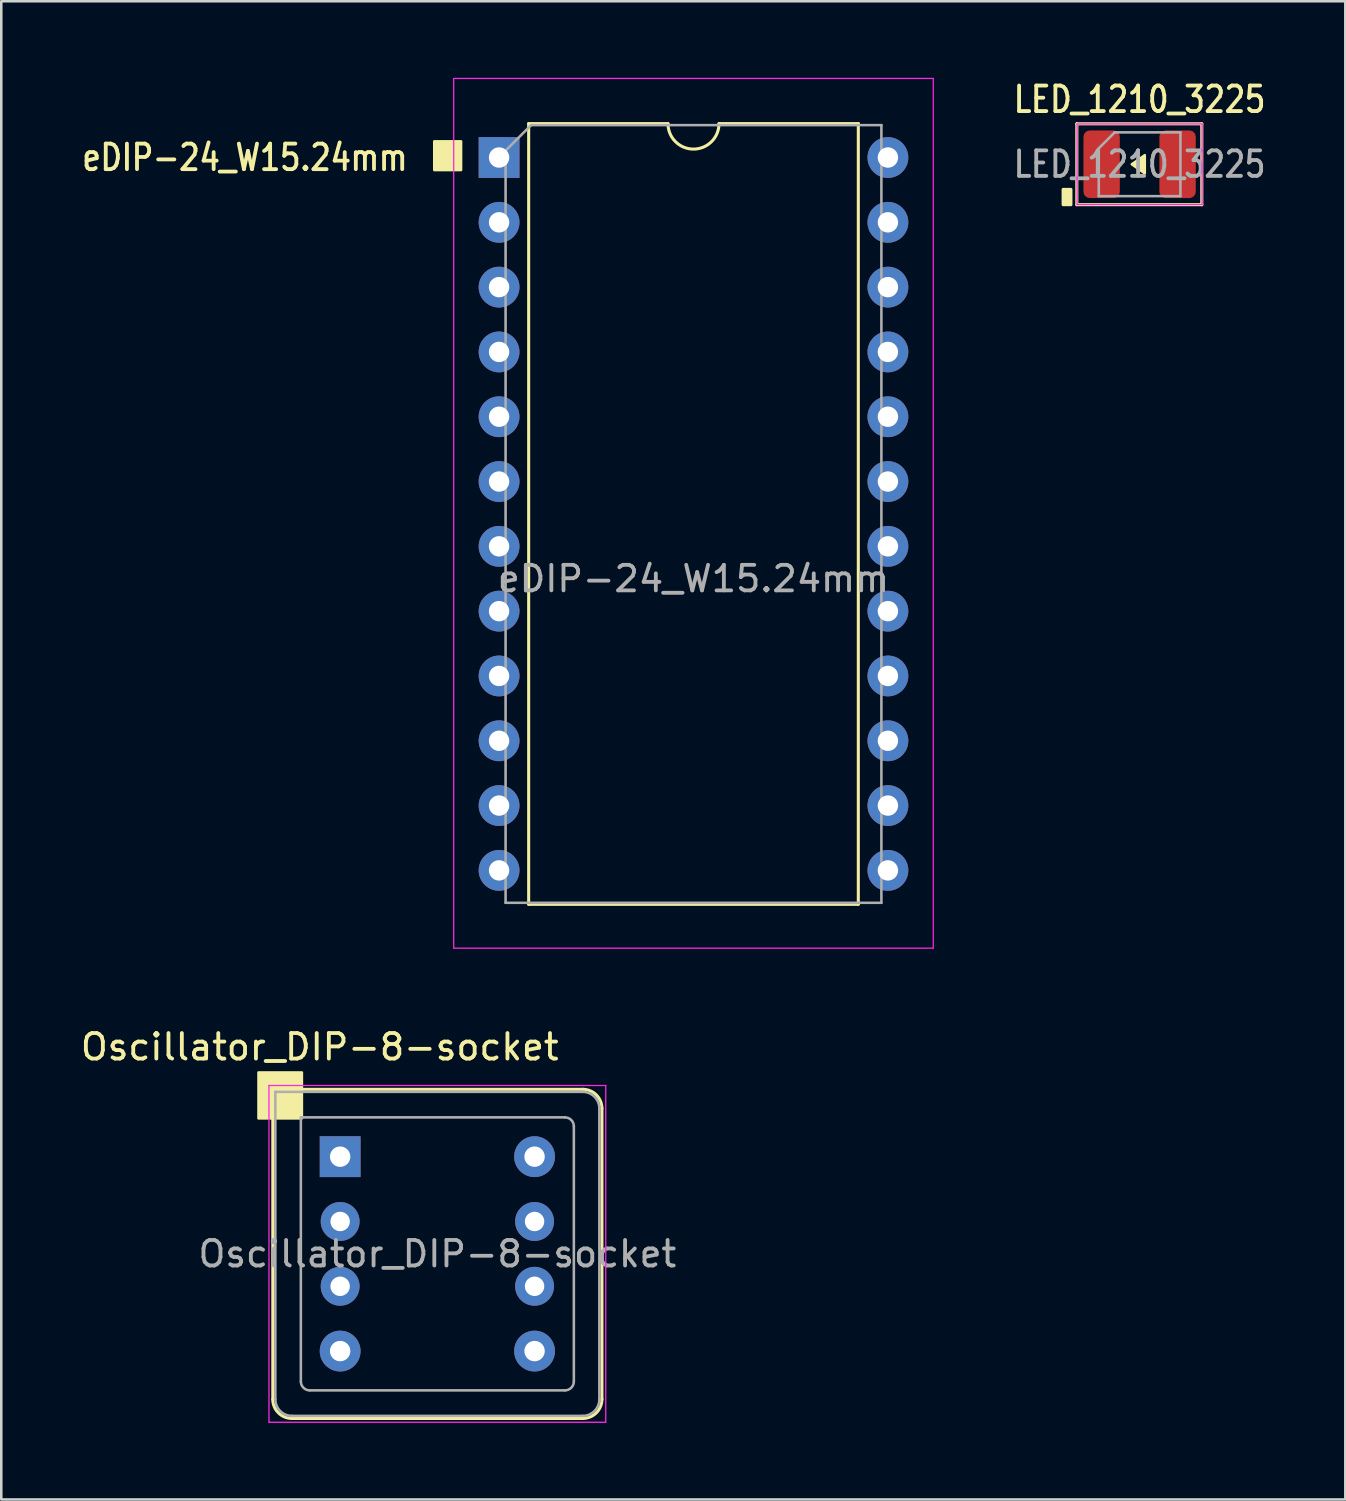
<source format=kicad_pcb>
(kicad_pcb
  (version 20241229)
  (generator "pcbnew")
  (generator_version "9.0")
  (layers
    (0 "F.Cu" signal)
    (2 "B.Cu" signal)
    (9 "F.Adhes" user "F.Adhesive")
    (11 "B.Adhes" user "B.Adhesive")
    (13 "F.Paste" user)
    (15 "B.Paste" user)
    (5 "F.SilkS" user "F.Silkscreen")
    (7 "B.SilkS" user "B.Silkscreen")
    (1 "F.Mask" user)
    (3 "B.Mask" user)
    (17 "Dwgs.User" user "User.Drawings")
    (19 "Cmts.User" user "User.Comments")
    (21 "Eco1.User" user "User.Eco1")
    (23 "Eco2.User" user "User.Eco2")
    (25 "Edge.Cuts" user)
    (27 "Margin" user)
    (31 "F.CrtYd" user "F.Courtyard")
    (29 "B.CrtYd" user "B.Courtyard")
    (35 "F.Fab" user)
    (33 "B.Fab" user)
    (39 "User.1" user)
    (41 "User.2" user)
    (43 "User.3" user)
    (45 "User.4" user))
  (footprint "eDIP-24_W15.24mm"
    (layer "F.Cu")
    (at 16.511 3.124)
    (property "Reference" "eDIP-24_W15.24mm" (at -3.5 0 0) (layer "F.SilkS") (effects (font (size 1 0.83) (thickness 0.15)) (justify right)))
    (attr through_hole)
    (fp_line (start 1.16 -1.33) (end 1.16 29.27) (stroke (width 0.12) (type solid)) (layer "F.SilkS"))
    (fp_line (start 1.16 29.27) (end 14.08 29.27) (stroke (width 0.12) (type solid)) (layer "F.SilkS"))
    (fp_line (start 6.62 -1.33) (end 1.16 -1.33) (stroke (width 0.12) (type solid)) (layer "F.SilkS"))
    (fp_line (start 14.08 -1.33) (end 8.62 -1.33) (stroke (width 0.12) (type solid)) (layer "F.SilkS"))
    (fp_line (start 14.08 29.27) (end 14.08 -1.33) (stroke (width 0.12) (type solid)) (layer "F.SilkS"))
    (fp_arc (start 8.62 -1.33) (mid 7.62 -0.33) (end 6.62 -1.33) (stroke (width 0.12) (type solid)) (layer "F.SilkS"))
    (fp_poly (pts (xy -2.54 -0.635) (xy -2.54 0.49) (xy -1.49 0.49) (xy -1.49 -0.635)) (stroke (width 0.1) (type solid)) (fill yes) (layer "F.SilkS"))
    (fp_line (start -1.778 -3.099) (end -1.778 30.988) (stroke (width 0.05) (type solid)) (layer "F.CrtYd"))
    (fp_line (start -1.778 30.988) (end 17.018 30.988) (stroke (width 0.05) (type solid)) (layer "F.CrtYd"))
    (fp_line (start 17.018 -3.099) (end -1.778 -3.099) (stroke (width 0.05) (type solid)) (layer "F.CrtYd"))
    (fp_line (start 17.018 30.988) (end 17.018 -3.099) (stroke (width 0.05) (type solid)) (layer "F.CrtYd"))
    (fp_line (start 0.255 -0.27) (end 1.255 -1.27) (stroke (width 0.1) (type solid)) (layer "F.Fab"))
    (fp_line (start 0.255 29.21) (end 0.255 -0.27) (stroke (width 0.1) (type solid)) (layer "F.Fab"))
    (fp_line (start 1.255 -1.27) (end 14.985 -1.27) (stroke (width 0.1) (type solid)) (layer "F.Fab"))
    (fp_line (start 14.985 -1.27) (end 14.985 29.21) (stroke (width 0.1) (type solid)) (layer "F.Fab"))
    (fp_line (start 14.985 29.21) (end 0.255 29.21) (stroke (width 0.1) (type solid)) (layer "F.Fab"))
    (fp_text user "${REFERENCE}" (at 7.62 16.51 0) (layer "F.Fab") (effects (font (size 1 1) (thickness 0.15))))
    (pad "1" thru_hole rect (at 0 0) (size 1.6 1.6) (drill 0.8) (layers "*.Cu" "*.Mask"))
    (pad "2" thru_hole oval (at 0 2.54) (size 1.6 1.6) (drill 0.8) (layers "*.Cu" "*.Mask"))
    (pad "3" thru_hole oval (at 0 5.08) (size 1.6 1.6) (drill 0.8) (layers "*.Cu" "*.Mask"))
    (pad "4" thru_hole oval (at 0 7.62) (size 1.6 1.6) (drill 0.8) (layers "*.Cu" "*.Mask"))
    (pad "5" thru_hole oval (at 0 10.16) (size 1.6 1.6) (drill 0.8) (layers "*.Cu" "*.Mask"))
    (pad "6" thru_hole oval (at 0 12.7) (size 1.6 1.6) (drill 0.8) (layers "*.Cu" "*.Mask"))
    (pad "7" thru_hole oval (at 0 15.24) (size 1.6 1.6) (drill 0.8) (layers "*.Cu" "*.Mask"))
    (pad "8" thru_hole oval (at 0 17.78) (size 1.6 1.6) (drill 0.8) (layers "*.Cu" "*.Mask"))
    (pad "9" thru_hole oval (at 0 20.32) (size 1.6 1.6) (drill 0.8) (layers "*.Cu" "*.Mask"))
    (pad "10" thru_hole oval (at 0 22.86) (size 1.6 1.6) (drill 0.8) (layers "*.Cu" "*.Mask"))
    (pad "11" thru_hole oval (at 0 25.4) (size 1.6 1.6) (drill 0.8) (layers "*.Cu" "*.Mask"))
    (pad "12" thru_hole oval (at 0 27.94) (size 1.6 1.6) (drill 0.8) (layers "*.Cu" "*.Mask"))
    (pad "13" thru_hole oval (at 15.24 27.94) (size 1.6 1.6) (drill 0.8) (layers "*.Cu" "*.Mask"))
    (pad "14" thru_hole oval (at 15.24 25.4) (size 1.6 1.6) (drill 0.8) (layers "*.Cu" "*.Mask"))
    (pad "15" thru_hole oval (at 15.24 22.86) (size 1.6 1.6) (drill 0.8) (layers "*.Cu" "*.Mask"))
    (pad "16" thru_hole oval (at 15.24 20.32) (size 1.6 1.6) (drill 0.8) (layers "*.Cu" "*.Mask"))
    (pad "17" thru_hole oval (at 15.24 17.78) (size 1.6 1.6) (drill 0.8) (layers "*.Cu" "*.Mask"))
    (pad "18" thru_hole oval (at 15.24 15.24) (size 1.6 1.6) (drill 0.8) (layers "*.Cu" "*.Mask"))
    (pad "19" thru_hole oval (at 15.24 12.7) (size 1.6 1.6) (drill 0.8) (layers "*.Cu" "*.Mask"))
    (pad "20" thru_hole oval (at 15.24 10.16) (size 1.6 1.6) (drill 0.8) (layers "*.Cu" "*.Mask"))
    (pad "21" thru_hole oval (at 15.24 7.62) (size 1.6 1.6) (drill 0.8) (layers "*.Cu" "*.Mask"))
    (pad "22" thru_hole oval (at 15.24 5.08) (size 1.6 1.6) (drill 0.8) (layers "*.Cu" "*.Mask"))
    (pad "23" thru_hole oval (at 15.24 2.54) (size 1.6 1.6) (drill 0.8) (layers "*.Cu" "*.Mask"))
    (pad "24" thru_hole oval (at 15.24 0) (size 1.6 1.6) (drill 0.8) (layers "*.Cu" "*.Mask")))
  (footprint "LED_1210_3225"
    (layer "F.Cu")
    (at 41.616 3.388)
    (property "Reference" "LED_1210_3225" (at 0 -2.54 0) (layer "F.SilkS") (effects (font (size 1 0.83) (thickness 0.15))))
    (attr smd)
    (fp_line (start -2.46 -1.585) (end -2.46 1.585) (stroke (width 0.12) (type solid)) (layer "F.SilkS"))
    (fp_line (start -2.46 1.585) (end 2.438 1.585) (stroke (width 0.12) (type solid)) (layer "F.SilkS"))
    (fp_line (start 2.438 -1.585) (end -2.46 -1.585) (stroke (width 0.12) (type solid)) (layer "F.SilkS"))
    (fp_line (start 2.438 -1.585) (end 2.438 1.585) (stroke (width 0.12) (type solid)) (layer "F.SilkS"))
    (fp_poly (pts (xy -0.305 0) (xy 0.203 -0.356) (xy 0.203 0.356)) (stroke (width 0.1) (type solid)) (fill yes) (layer "F.SilkS"))
    (fp_poly (pts (xy -2.692 0.985) (xy -2.997 0.985) (xy -2.997 1.585) (xy -2.692 1.585)) (stroke (width 0.12) (type solid)) (fill yes) (layer "F.SilkS"))
    (fp_line (start -2.45 -1.58) (end 2.45 -1.58) (stroke (width 0.05) (type solid)) (layer "F.CrtYd"))
    (fp_line (start -2.45 1.58) (end -2.45 -1.58) (stroke (width 0.05) (type solid)) (layer "F.CrtYd"))
    (fp_line (start 2.45 -1.58) (end 2.45 1.58) (stroke (width 0.05) (type solid)) (layer "F.CrtYd"))
    (fp_line (start 2.45 1.58) (end -2.45 1.58) (stroke (width 0.05) (type solid)) (layer "F.CrtYd"))
    (fp_line (start -1.6 -0.625) (end -1.6 1.25) (stroke (width 0.1) (type solid)) (layer "F.Fab"))
    (fp_line (start -1.6 1.25) (end 1.6 1.25) (stroke (width 0.1) (type solid)) (layer "F.Fab"))
    (fp_line (start -0.975 -1.25) (end -1.6 -0.625) (stroke (width 0.1) (type solid)) (layer "F.Fab"))
    (fp_line (start 1.6 -1.25) (end -0.975 -1.25) (stroke (width 0.1) (type solid)) (layer "F.Fab"))
    (fp_line (start 1.6 1.25) (end 1.6 -1.25) (stroke (width 0.1) (type solid)) (layer "F.Fab"))
    (fp_text user "${REFERENCE}" (at 0 0 0) (layer "F.Fab") (effects (font (size 1 0.83) (thickness 0.15))))
    (pad "1" smd roundrect (at -1.488 0) (size 1.425 2.65) (layers "F.Cu" "F.Mask" "F.Paste") (roundrect_rratio 0.175))
    (pad "2" smd roundrect (at 1.488 0) (size 1.425 2.65) (layers "F.Cu" "F.Mask" "F.Paste") (roundrect_rratio 0.175)))
  (footprint "Oscillator_DIP-8-socket"
    (layer "F.Cu")
    (at 10.282 42.285)
    (property "Reference" "Oscillator_DIP-8-socket" (at -0.8 -4.3 0) (layer "F.SilkS") (effects (font (size 1 1) (thickness 0.15))))
    (attr through_hole)
    (fp_line (start -2.64 -2.64) (end -2.64 9.51) (stroke (width 0.12) (type solid)) (layer "F.SilkS"))
    (fp_line (start -1.89 10.26) (end 9.51 10.26) (stroke (width 0.12) (type solid)) (layer "F.SilkS"))
    (fp_line (start 9.51 -2.64) (end -2.64 -2.64) (stroke (width 0.12) (type solid)) (layer "F.SilkS"))
    (fp_line (start 10.26 9.51) (end 10.26 -1.89) (stroke (width 0.12) (type solid)) (layer "F.SilkS"))
    (fp_arc (start -1.89 10.26) (mid -2.42033 10.04033) (end -2.64 9.51) (stroke (width 0.12) (type solid)) (layer "F.SilkS"))
    (fp_arc (start 9.51 -2.64) (mid 10.04033 -2.42033) (end 10.26 -1.89) (stroke (width 0.12) (type solid)) (layer "F.SilkS"))
    (fp_arc (start 10.26 9.51) (mid 10.04033 10.04033) (end 9.51 10.26) (stroke (width 0.12) (type solid)) (layer "F.SilkS"))
    (fp_poly (pts (xy -3.2 -3.3) (xy -1.5 -3.3) (xy -1.5 -1.5) (xy -3.2 -1.5)) (stroke (width 0.1) (type solid)) (fill yes) (layer "F.SilkS"))
    (fp_line (start -2.79 -2.79) (end -2.79 10.41) (stroke (width 0.05) (type solid)) (layer "F.CrtYd"))
    (fp_line (start -2.79 10.41) (end 10.41 10.41) (stroke (width 0.05) (type solid)) (layer "F.CrtYd"))
    (fp_line (start 10.41 -2.79) (end -2.79 -2.79) (stroke (width 0.05) (type solid)) (layer "F.CrtYd"))
    (fp_line (start 10.41 10.41) (end 10.41 -2.79) (stroke (width 0.05) (type solid)) (layer "F.CrtYd"))
    (fp_line (start -2.54 -2.54) (end -2.54 9.51) (stroke (width 0.1) (type solid)) (layer "F.Fab"))
    (fp_line (start -2.54 -2.54) (end 9.51 -2.54) (stroke (width 0.1) (type solid)) (layer "F.Fab"))
    (fp_line (start -1.54 -1.54) (end -1.54 8.81) (stroke (width 0.1) (type solid)) (layer "F.Fab"))
    (fp_line (start -1.54 -1.54) (end 8.81 -1.54) (stroke (width 0.1) (type solid)) (layer "F.Fab"))
    (fp_line (start -1.19 9.16) (end 8.81 9.16) (stroke (width 0.1) (type solid)) (layer "F.Fab"))
    (fp_line (start 9.16 -1.19) (end 9.16 8.81) (stroke (width 0.1) (type solid)) (layer "F.Fab"))
    (fp_line (start 9.51 10.16) (end -1.89 10.16) (stroke (width 0.1) (type solid)) (layer "F.Fab"))
    (fp_line (start 10.16 -1.89) (end 10.16 9.51) (stroke (width 0.1) (type solid)) (layer "F.Fab"))
    (fp_arc (start -1.89 10.16) (mid -2.349619 9.969619) (end -2.54 9.51) (stroke (width 0.1) (type solid)) (layer "F.Fab"))
    (fp_arc (start -1.19 9.16) (mid -1.437487 9.057487) (end -1.54 8.81) (stroke (width 0.1) (type solid)) (layer "F.Fab"))
    (fp_arc (start 8.81 -1.54) (mid 9.057487 -1.437487) (end 9.16 -1.19) (stroke (width 0.1) (type solid)) (layer "F.Fab"))
    (fp_arc (start 9.16 8.81) (mid 9.057487 9.057487) (end 8.81 9.16) (stroke (width 0.1) (type solid)) (layer "F.Fab"))
    (fp_arc (start 9.51 -2.54) (mid 9.969619 -2.349619) (end 10.16 -1.89) (stroke (width 0.1) (type solid)) (layer "F.Fab"))
    (fp_arc (start 10.16 9.51) (mid 9.969619 9.969619) (end 9.51 10.16) (stroke (width 0.1) (type solid)) (layer "F.Fab"))
    (fp_text user "${REFERENCE}" (at 3.81 3.81 0) (layer "F.Fab") (effects (font (size 1 1) (thickness 0.15))))
    (pad "1" thru_hole rect (at 0 0 270) (size 1.6 1.6) (drill 0.8) (layers "*.Cu" "*.Mask"))
    (pad "2" thru_hole circle (at 0 2.54 270) (size 1.524 1.524) (drill 0.762) (layers "*.Cu" "*.Mask"))
    (pad "3" thru_hole circle (at 0 5.08 270) (size 1.524 1.524) (drill 0.762) (layers "*.Cu" "*.Mask"))
    (pad "4" thru_hole circle (at 0 7.62 270) (size 1.6 1.6) (drill 0.8) (layers "*.Cu" "*.Mask"))
    (pad "5" thru_hole circle (at 7.62 7.62 270) (size 1.6 1.6) (drill 0.8) (layers "*.Cu" "*.Mask"))
    (pad "6" thru_hole circle (at 7.62 5.08 270) (size 1.524 1.524) (drill 0.762) (layers "*.Cu" "*.Mask"))
    (pad "7" thru_hole circle (at 7.62 2.54 270) (size 1.524 1.524) (drill 0.762) (layers "*.Cu" "*.Mask"))
    (pad "8" thru_hole circle (at 7.62 0 270) (size 1.6 1.6) (drill 0.8) (layers "*.Cu" "*.Mask")))
  (gr_rect
    (start -3 -3)
    (end 49.679 55.72)
    (stroke (width 0.1) (type default))
    (fill no)
    (layer "Edge.Cuts")))
</source>
